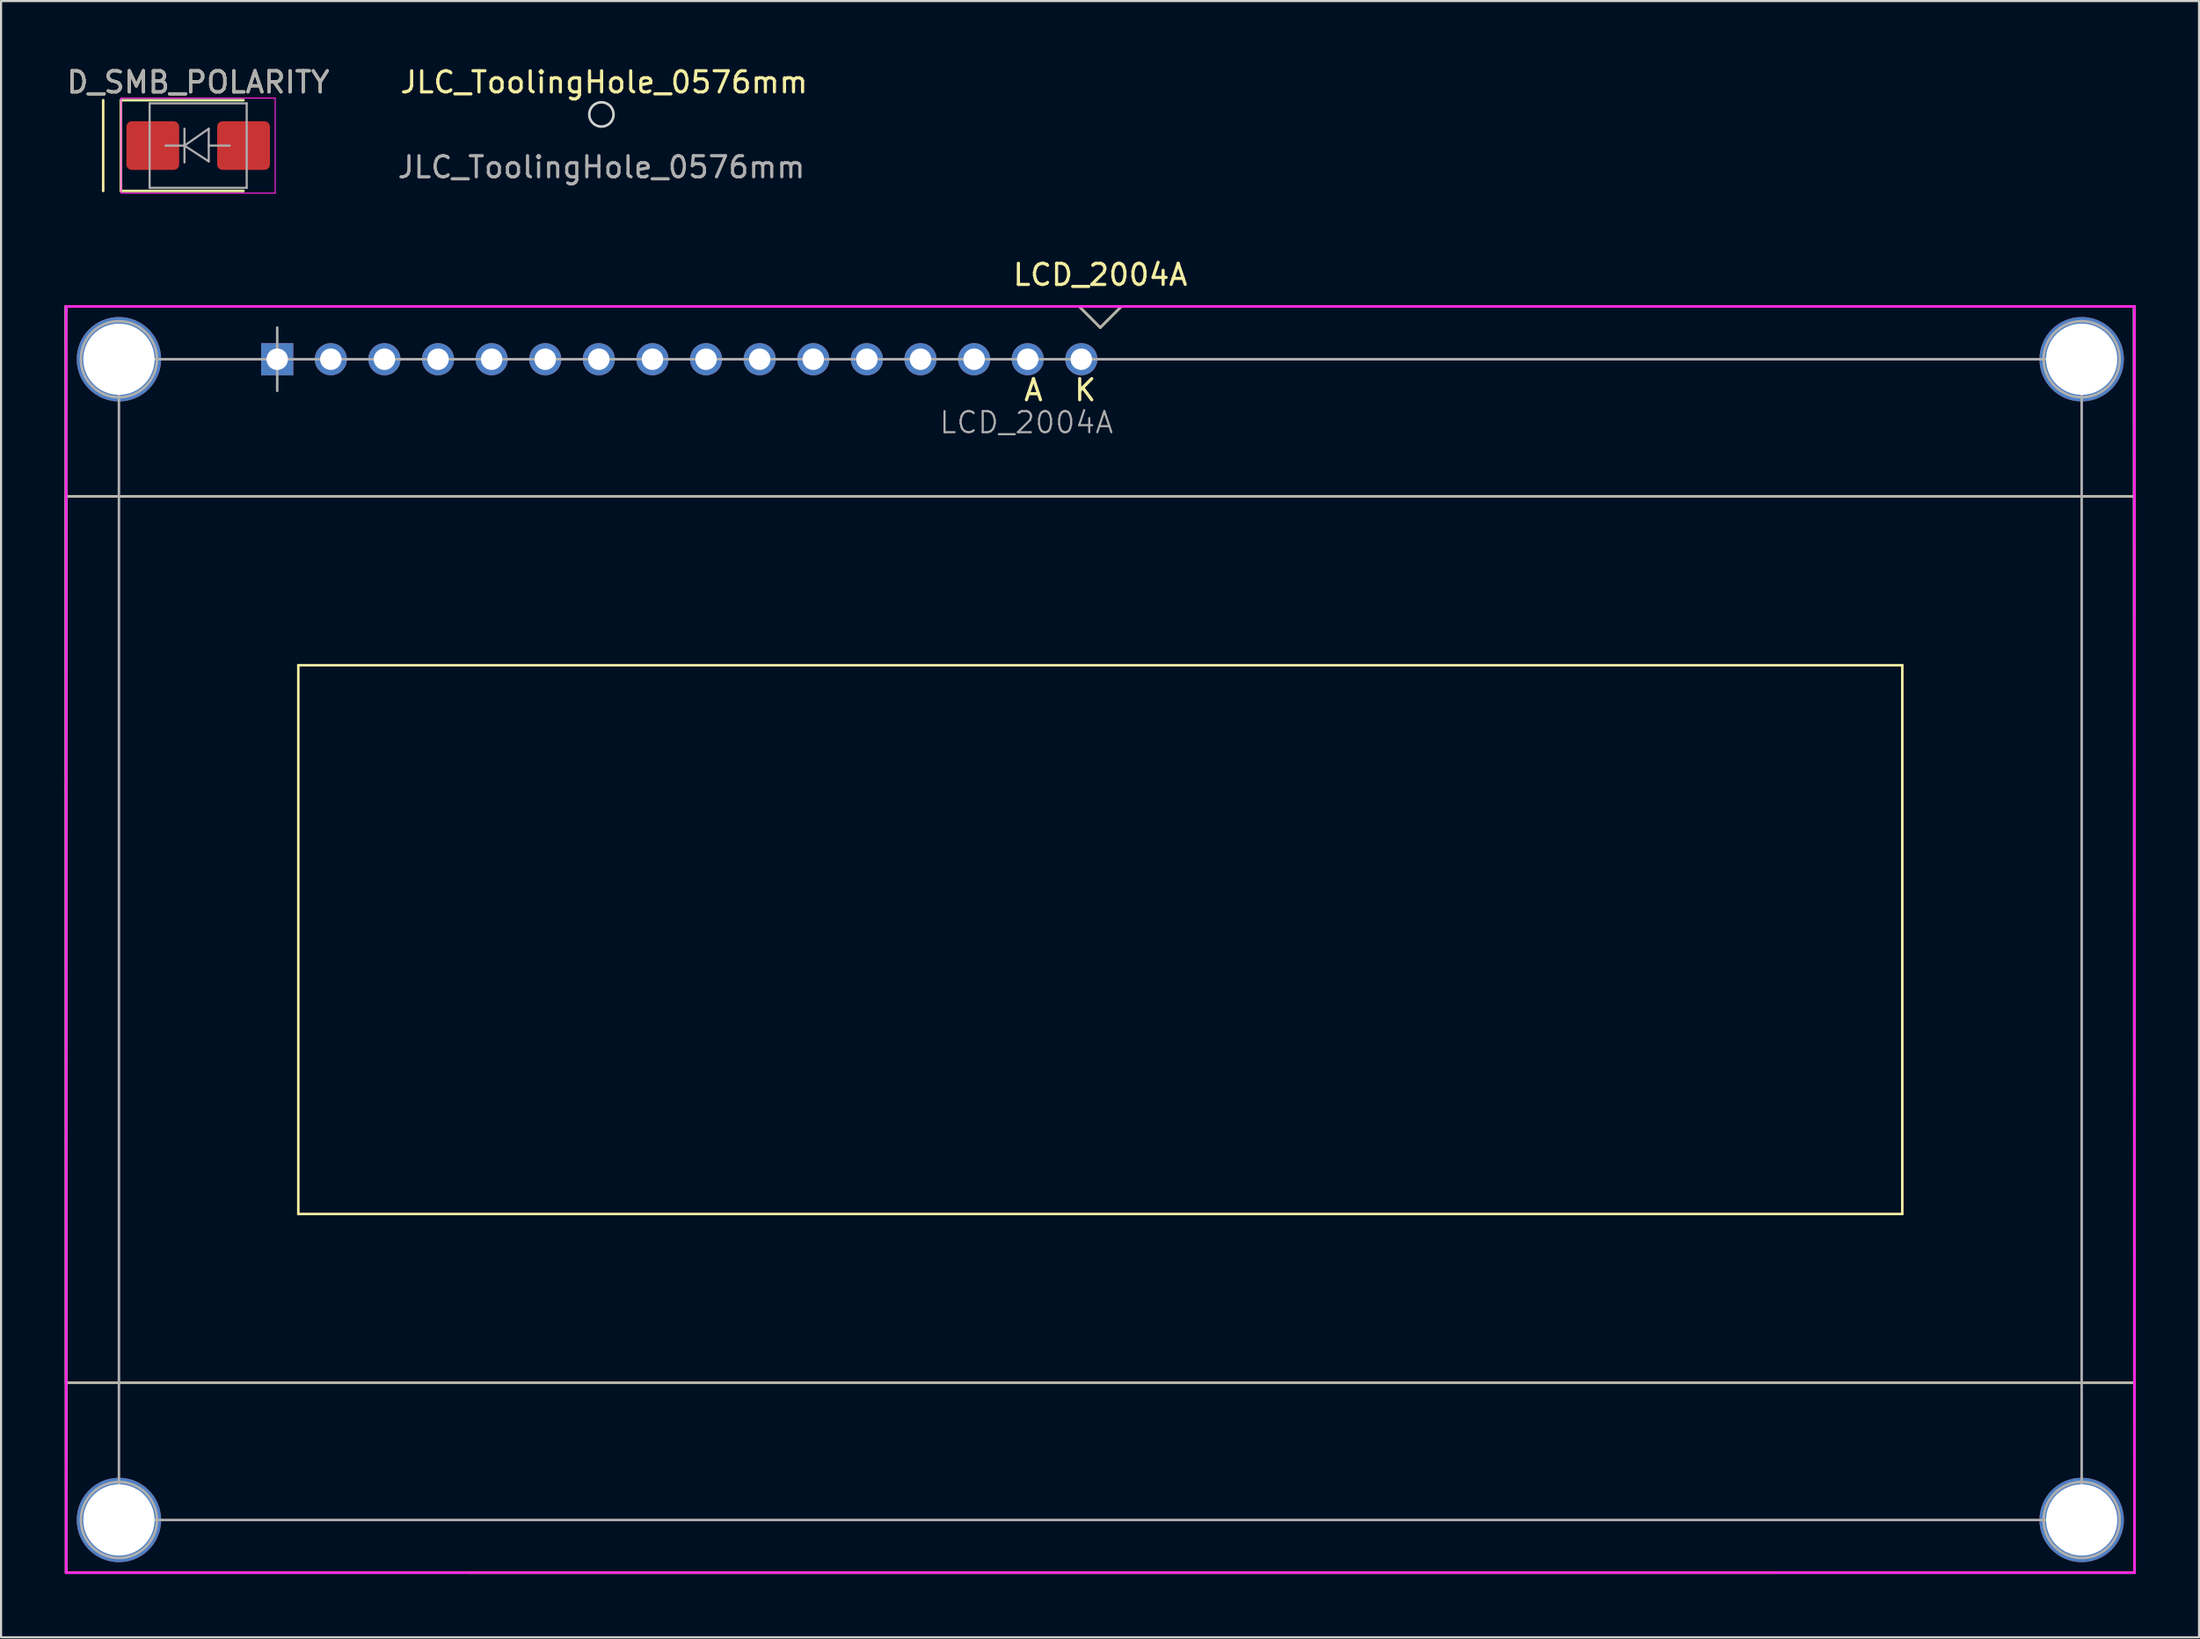
<source format=kicad_pcb>
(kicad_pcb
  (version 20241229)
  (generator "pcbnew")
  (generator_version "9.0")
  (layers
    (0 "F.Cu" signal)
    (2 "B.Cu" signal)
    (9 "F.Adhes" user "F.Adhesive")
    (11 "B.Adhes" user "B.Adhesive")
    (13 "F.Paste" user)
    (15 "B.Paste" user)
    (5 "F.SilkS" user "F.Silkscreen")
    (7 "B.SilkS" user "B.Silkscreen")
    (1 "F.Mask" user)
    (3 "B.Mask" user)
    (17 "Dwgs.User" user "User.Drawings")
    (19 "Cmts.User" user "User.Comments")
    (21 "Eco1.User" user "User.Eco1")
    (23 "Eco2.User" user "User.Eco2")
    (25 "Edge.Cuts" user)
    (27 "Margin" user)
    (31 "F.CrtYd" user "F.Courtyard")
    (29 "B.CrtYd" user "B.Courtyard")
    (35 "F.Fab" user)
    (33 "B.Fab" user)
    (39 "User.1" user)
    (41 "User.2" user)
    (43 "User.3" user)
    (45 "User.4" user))
  (footprint "D_SMB_POLARITY"
    (layer "F.Cu")
    (at 6.339 3.848)
    (property "Reference" "D_SMB_POLARITY" (at 0 -3 0) (layer "F.SilkS") (effects (font (size 1 1) (thickness 0.15))))
    (attr smd)
    (fp_line (start -4.5 -2.15) (end -4.5 2.15) (stroke (width 0.12) (type solid)) (layer "F.SilkS"))
    (fp_line (start -3.66 -2.15) (end -3.66 2.15) (stroke (width 0.12) (type solid)) (layer "F.SilkS"))
    (fp_line (start -3.66 -2.15) (end 2.15 -2.15) (stroke (width 0.12) (type solid)) (layer "F.SilkS"))
    (fp_line (start -3.66 2.15) (end 2.15 2.15) (stroke (width 0.12) (type solid)) (layer "F.SilkS"))
    (fp_line (start -3.65 -2.25) (end 3.65 -2.25) (stroke (width 0.05) (type solid)) (layer "F.CrtYd"))
    (fp_line (start -3.65 2.25) (end -3.65 -2.25) (stroke (width 0.05) (type solid)) (layer "F.CrtYd"))
    (fp_line (start 3.65 -2.25) (end 3.65 2.25) (stroke (width 0.05) (type solid)) (layer "F.CrtYd"))
    (fp_line (start 3.65 2.25) (end -3.65 2.25) (stroke (width 0.05) (type solid)) (layer "F.CrtYd"))
    (fp_line (start -2.3 2) (end -2.3 -2) (stroke (width 0.1) (type solid)) (layer "F.Fab"))
    (fp_line (start -0.649 -0.799) (end -0.649 0.801) (stroke (width 0.1) (type solid)) (layer "F.Fab"))
    (fp_line (start -0.649 0.001) (end -1.551 0.001) (stroke (width 0.1) (type solid)) (layer "F.Fab"))
    (fp_line (start -0.649 0.001) (end 0.501 -0.799) (stroke (width 0.1) (type solid)) (layer "F.Fab"))
    (fp_line (start -0.649 0.001) (end 0.501 0.75) (stroke (width 0.1) (type solid)) (layer "F.Fab"))
    (fp_line (start 0.501 0.001) (end 1.499 0.001) (stroke (width 0.1) (type solid)) (layer "F.Fab"))
    (fp_line (start 0.501 0.75) (end 0.501 -0.799) (stroke (width 0.1) (type solid)) (layer "F.Fab"))
    (fp_line (start 2.3 -2) (end -2.3 -2) (stroke (width 0.1) (type solid)) (layer "F.Fab"))
    (fp_line (start 2.3 -2) (end 2.3 2) (stroke (width 0.1) (type solid)) (layer "F.Fab"))
    (fp_line (start 2.3 2) (end -2.3 2) (stroke (width 0.1) (type solid)) (layer "F.Fab"))
    (fp_text user "${REFERENCE}" (at 0 -3 0) (layer "F.Fab") (effects (font (size 1 1) (thickness 0.15))))
    (pad "1" smd roundrect (at -2.15 0) (size 2.5 2.3) (layers "F.Cu" "F.Mask" "F.Paste") (roundrect_rratio 0.109))
    (pad "2" smd roundrect (at 2.15 0) (size 2.5 2.3) (layers "F.Cu" "F.Mask" "F.Paste") (roundrect_rratio 0.109)))
  (footprint "JLC_ToolingHole_0576mm"
    (layer "F.Cu")
    (at 25.446 2.372)
    (property "Reference" "JLC_ToolingHole_0576mm" (at 0.127 -1.524 0) (unlocked yes) (layer "F.SilkS") (effects (font (size 1 1) (thickness 0.15))))
    (fp_circle (center 0 0) (end 0.576 0) (stroke (width 0.12) (type solid)) (fill no) (layer "Edge.Cuts"))
    (fp_text user "${REFERENCE}" (at 0 2.5 0) (unlocked yes) (layer "F.Fab") (effects (font (size 1 1) (thickness 0.15)))))
  (footprint "LCD_2004A"
    (layer "F.Cu")
    (at 49.085 41.471)
    (property "Reference" "LCD_2004A" (at 0 -31.5 180) (layer "F.SilkS") (effects (font (size 1 1) (thickness 0.15))))
    (attr through_hole)
    (fp_line (start -49 -30) (end -49 30) (stroke (width 0.12) (type solid)) (layer "F.SilkS"))
    (fp_line (start -49 -21) (end -49 21) (stroke (width 0.12) (type solid)) (layer "F.SilkS"))
    (fp_line (start -49 21) (end 49 21) (stroke (width 0.12) (type solid)) (layer "F.SilkS"))
    (fp_line (start -49 30) (end 49 30) (stroke (width 0.12) (type solid)) (layer "F.SilkS"))
    (fp_line (start -38 -13) (end -38 13) (stroke (width 0.12) (type solid)) (layer "F.SilkS"))
    (fp_line (start -38 13) (end 38 13) (stroke (width 0.12) (type solid)) (layer "F.SilkS"))
    (fp_line (start -1 -30) (end 0 -29) (stroke (width 0.12) (type solid)) (layer "F.SilkS"))
    (fp_line (start 0 -29) (end 1 -30) (stroke (width 0.12) (type solid)) (layer "F.SilkS"))
    (fp_line (start 32 30) (end -30 30) (stroke (width 0.12) (type solid)) (layer "F.SilkS"))
    (fp_line (start 38 -13) (end -38 -13) (stroke (width 0.12) (type solid)) (layer "F.SilkS"))
    (fp_line (start 38 13) (end 38 -13) (stroke (width 0.12) (type solid)) (layer "F.SilkS"))
    (fp_line (start 49 -30) (end -49 -30) (stroke (width 0.12) (type solid)) (layer "F.SilkS"))
    (fp_line (start 49 -21) (end -49 -21) (stroke (width 0.12) (type solid)) (layer "F.SilkS"))
    (fp_line (start 49 21) (end 49 -21) (stroke (width 0.12) (type solid)) (layer "F.SilkS"))
    (fp_line (start 49 30) (end 49 -30) (stroke (width 0.12) (type solid)) (layer "F.SilkS"))
    (fp_line (start -49 -30) (end -49 30) (stroke (width 0.12) (type solid)) (layer "F.CrtYd"))
    (fp_line (start -49 30) (end 49 30) (stroke (width 0.12) (type solid)) (layer "F.CrtYd"))
    (fp_line (start 49 -30) (end -49 -30) (stroke (width 0.12) (type solid)) (layer "F.CrtYd"))
    (fp_line (start 49 30) (end 49 -30) (stroke (width 0.12) (type solid)) (layer "F.CrtYd"))
    (fp_line (start -49.025 -29.997) (end -49 30) (stroke (width 0.12) (type solid)) (layer "F.Fab"))
    (fp_line (start -49.025 -29.997) (end 48.975 -29.997) (stroke (width 0.1) (type solid)) (layer "F.Fab"))
    (fp_line (start -49 30) (end 49 30) (stroke (width 0.1) (type solid)) (layer "F.Fab"))
    (fp_line (start -46.5 -27.5) (end -46.5 27.5) (stroke (width 0.12) (type solid)) (layer "F.Fab"))
    (fp_line (start -46.5 27.5) (end 46.5 27.5) (stroke (width 0.12) (type solid)) (layer "F.Fab"))
    (fp_line (start -39 -29) (end -39 -26) (stroke (width 0.12) (type solid)) (layer "F.Fab"))
    (fp_line (start 0 -29) (end -1 -30) (stroke (width 0.1) (type solid)) (layer "F.Fab"))
    (fp_line (start 1 -30) (end 0 -29) (stroke (width 0.1) (type solid)) (layer "F.Fab"))
    (fp_line (start 46.5 -27.5) (end -46.5 -27.5) (stroke (width 0.12) (type solid)) (layer "F.Fab"))
    (fp_line (start 46.5 27.5) (end 46.5 -27.5) (stroke (width 0.12) (type solid)) (layer "F.Fab"))
    (fp_line (start 48.975 -29.997) (end 49 30) (stroke (width 0.12) (type solid)) (layer "F.Fab"))
    (fp_circle (center -46.5 -27.5) (end -45 -26.5) (stroke (width 0.12) (type solid)) (fill no) (layer "F.Fab"))
    (fp_circle (center -46.5 27.5) (end -45 28.5) (stroke (width 0.12) (type solid)) (fill no) (layer "F.Fab"))
    (fp_circle (center 46.5 -27.5) (end 47.5 -26) (stroke (width 0.12) (type solid)) (fill no) (layer "F.Fab"))
    (fp_circle (center 46.5 27.5) (end 47.5 29) (stroke (width 0.12) (type solid)) (fill no) (layer "F.Fab"))
    (fp_poly (pts (xy 49 21) (xy -49 21) (xy -49 -21) (xy 49 -21)) (stroke (width 0.1) (type solid)) (fill no) (layer "F.Fab"))
    (fp_text user "A  K" (at -1.905 -26.035 0) (layer "F.SilkS") (effects (font (size 1 1) (thickness 0.15))))
    (fp_text user "${REFERENCE}" (at -3.5 -24.5 180) (layer "F.Fab") (effects (font (size 1 1) (thickness 0.1))))
    (pad "1" thru_hole rect (at -39 -27.5 180) (size 1.524 1.524) (drill 1.016) (layers "*.Cu" "*.Mask"))
    (pad "2" thru_hole circle (at -36.46 -27.5 180) (size 1.524 1.524) (drill 1.016) (layers "*.Cu" "*.Mask"))
    (pad "3" thru_hole circle (at -33.92 -27.5 180) (size 1.524 1.524) (drill 1.016) (layers "*.Cu" "*.Mask"))
    (pad "4" thru_hole circle (at -31.38 -27.5 180) (size 1.524 1.524) (drill 1.016) (layers "*.Cu" "*.Mask"))
    (pad "5" thru_hole circle (at -28.84 -27.5 180) (size 1.524 1.524) (drill 1.016) (layers "*.Cu" "*.Mask"))
    (pad "6" thru_hole circle (at -26.3 -27.5 180) (size 1.524 1.524) (drill 1.016) (layers "*.Cu" "*.Mask"))
    (pad "7" thru_hole circle (at -23.76 -27.5 180) (size 1.524 1.524) (drill 1.016) (layers "*.Cu" "*.Mask"))
    (pad "8" thru_hole circle (at -21.22 -27.5 180) (size 1.524 1.524) (drill 1.016) (layers "*.Cu" "*.Mask"))
    (pad "9" thru_hole circle (at -18.68 -27.5 180) (size 1.524 1.524) (drill 1.016) (layers "*.Cu" "*.Mask"))
    (pad "10" thru_hole circle (at -16.14 -27.5 180) (size 1.524 1.524) (drill 1.016) (layers "*.Cu" "*.Mask"))
    (pad "11" thru_hole circle (at -13.6 -27.5 180) (size 1.524 1.524) (drill 1.016) (layers "*.Cu" "*.Mask"))
    (pad "12" thru_hole circle (at -11.06 -27.5 180) (size 1.524 1.524) (drill 1.016) (layers "*.Cu" "*.Mask"))
    (pad "13" thru_hole circle (at -8.52 -27.5 180) (size 1.524 1.524) (drill 1.016) (layers "*.Cu" "*.Mask"))
    (pad "14" thru_hole circle (at -5.98 -27.5 180) (size 1.524 1.524) (drill 1.016) (layers "*.Cu" "*.Mask"))
    (pad "15" thru_hole circle (at -3.44 -27.5 180) (size 1.524 1.524) (drill 1.016) (layers "*.Cu" "*.Mask"))
    (pad "16" thru_hole circle (at -0.9 -27.5 180) (size 1.524 1.524) (drill 1.016) (layers "*.Cu" "*.Mask"))
    (pad "17" thru_hole circle (at -46.5 -27.5) (size 4 4) (drill 3.375) (layers "*.Cu" "*.Mask"))
    (pad "18" thru_hole circle (at -46.5 27.5) (size 4 4) (drill 3.375) (layers "*.Cu" "*.Mask"))
    (pad "19" thru_hole circle (at 46.5 27.5) (size 4 4) (drill 3.375) (layers "*.Cu" "*.Mask"))
    (pad "20" thru_hole circle (at 46.5 -27.5) (size 4 4) (drill 3.375) (layers "*.Cu" "*.Mask")))
  (gr_rect
    (start -3 -3)
    (end 101.145 74.531)
    (stroke (width 0.1) (type default))
    (fill no)
    (layer "Edge.Cuts")))
</source>
